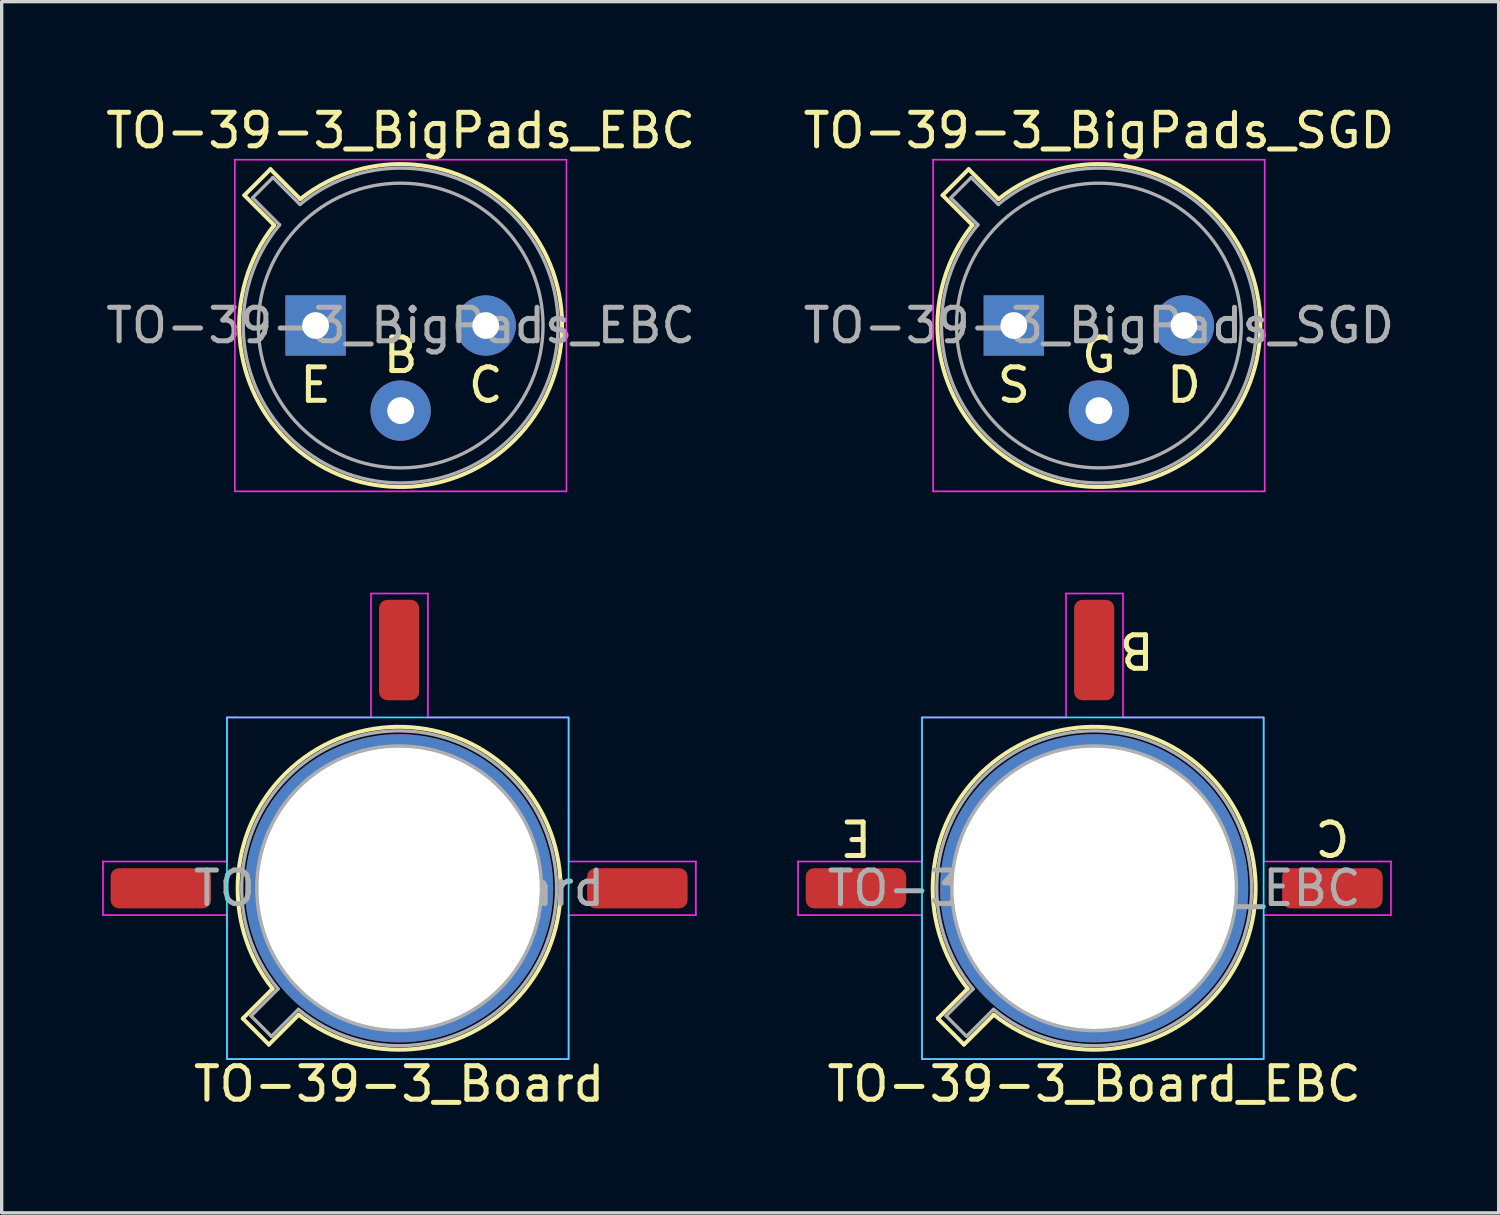
<source format=kicad_pcb>
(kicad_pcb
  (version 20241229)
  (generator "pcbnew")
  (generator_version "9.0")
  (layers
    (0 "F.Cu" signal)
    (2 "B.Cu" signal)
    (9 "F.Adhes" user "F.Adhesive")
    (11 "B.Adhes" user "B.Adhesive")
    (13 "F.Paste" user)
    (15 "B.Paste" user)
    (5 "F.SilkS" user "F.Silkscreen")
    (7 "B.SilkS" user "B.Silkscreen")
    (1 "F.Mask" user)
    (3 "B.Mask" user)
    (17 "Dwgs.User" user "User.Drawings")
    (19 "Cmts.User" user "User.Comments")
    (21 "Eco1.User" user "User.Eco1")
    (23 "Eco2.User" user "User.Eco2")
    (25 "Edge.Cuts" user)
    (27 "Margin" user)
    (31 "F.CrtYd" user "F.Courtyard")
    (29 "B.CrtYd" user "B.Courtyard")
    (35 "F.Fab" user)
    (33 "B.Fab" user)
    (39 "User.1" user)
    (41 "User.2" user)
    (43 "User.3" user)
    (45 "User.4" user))
  (footprint "TO-39-3_BigPads_EBC"
    (layer "F.Cu")
    (at 6.371 6.668)
    (property "Reference" "TO-39-3_BigPads_EBC" (at 2.54 -5.82 0) (layer "F.SilkS") (effects (font (size 1 1) (thickness 0.15))))
    (attr through_hole)
    (fp_line (start -2.126 -3.888) (end -1.235 -2.997) (stroke (width 0.12) (type solid)) (layer "F.SilkS"))
    (fp_line (start -1.348 -4.666) (end -2.126 -3.888) (stroke (width 0.12) (type solid)) (layer "F.SilkS"))
    (fp_line (start -0.457 -3.775) (end -1.348 -4.666) (stroke (width 0.12) (type solid)) (layer "F.SilkS"))
    (fp_arc (start -0.457084 -3.774902) (mid 5.948125 3.408384) (end -1.234674 -2.997371) (stroke (width 0.12) (type solid)) (layer "F.SilkS"))
    (fp_line (start -2.41 -4.95) (end -2.41 4.95) (stroke (width 0.05) (type solid)) (layer "F.CrtYd"))
    (fp_line (start -2.41 4.95) (end 7.49 4.95) (stroke (width 0.05) (type solid)) (layer "F.CrtYd"))
    (fp_line (start 7.49 -4.95) (end -2.41 -4.95) (stroke (width 0.05) (type solid)) (layer "F.CrtYd"))
    (fp_line (start 7.49 4.95) (end 7.49 -4.95) (stroke (width 0.05) (type solid)) (layer "F.CrtYd"))
    (fp_line (start -1.88 -3.812) (end -1.074 -3.005) (stroke (width 0.1) (type solid)) (layer "F.Fab"))
    (fp_line (start -1.272 -4.42) (end -1.88 -3.812) (stroke (width 0.1) (type solid)) (layer "F.Fab"))
    (fp_line (start -0.465 -3.614) (end -1.272 -4.42) (stroke (width 0.1) (type solid)) (layer "F.Fab"))
    (fp_arc (start -0.465408 -3.61352) (mid 5.863443 3.323361) (end -1.073594 -3.005319) (stroke (width 0.1) (type solid)) (layer "F.Fab"))
    (fp_circle (center 2.54 0) (end 6.79 0) (stroke (width 0.1) (type solid)) (fill no) (layer "F.Fab"))
    (fp_text user "B" (at 2.54 0.889 0) (unlocked yes) (layer "F.SilkS") (effects (font (size 1 1) (thickness 0.15))))
    (fp_text user "C" (at 5.08 1.778 0) (unlocked yes) (layer "F.SilkS") (effects (font (size 1 1) (thickness 0.15))))
    (fp_text user "E" (at 0 1.778 0) (unlocked yes) (layer "F.SilkS") (effects (font (size 1 1) (thickness 0.15))))
    (fp_text user "${REFERENCE}" (at 2.54 0 0) (layer "F.Fab") (effects (font (size 1 1) (thickness 0.15))))
    (pad "1" thru_hole rect (at 0 0) (size 1.8 1.8) (drill 0.8) (layers "*.Cu" "*.Mask"))
    (pad "2" thru_hole oval (at 2.54 2.54) (size 1.8 1.8) (drill 0.8) (layers "*.Cu" "*.Mask"))
    (pad "3" thru_hole oval (at 5.08 0) (size 1.8 1.8) (drill 0.8) (layers "*.Cu" "*.Mask")))
  (footprint "TO-39-3_Board"
    (layer "F.Cu")
    (at 8.865 23.468)
    (property "Reference" "TO-39-3_Board" (at 0 5.842 0) (layer "F.SilkS") (effects (font (size 1 1) (thickness 0.15))))
    (attr through_hole)
    (fp_line (start -4.666 3.888) (end -3.775 2.997) (stroke (width 0.12) (type solid)) (layer "F.SilkS"))
    (fp_line (start -3.888 4.666) (end -4.666 3.888) (stroke (width 0.12) (type solid)) (layer "F.SilkS"))
    (fp_line (start -2.997 3.775) (end -3.888 4.666) (stroke (width 0.12) (type solid)) (layer "F.SilkS"))
    (fp_arc (start -3.774674 2.997371) (mid 3.408125 -3.408384) (end -2.997084 3.774902) (stroke (width 0.12) (type solid)) (layer "F.SilkS"))
    (fp_rect (start -5.14 -5.1) (end 5.06 5.1) (stroke (width 0.05) (type solid)) (fill no) (layer "B.CrtYd"))
    (fp_line (start -8.84 -0.8) (end -8.84 -0.6) (stroke (width 0.05) (type solid)) (layer "F.CrtYd"))
    (fp_line (start -8.84 -0.6) (end -8.84 0.8) (stroke (width 0.05) (type solid)) (layer "F.CrtYd"))
    (fp_line (start -8.84 0.8) (end -5.14 0.8) (stroke (width 0.05) (type solid)) (layer "F.CrtYd"))
    (fp_line (start -5.14 -5.1) (end -5.14 -0.8) (stroke (width 0.05) (type solid)) (layer "F.CrtYd"))
    (fp_line (start -5.14 -0.8) (end -8.84 -0.8) (stroke (width 0.05) (type solid)) (layer "F.CrtYd"))
    (fp_line (start -5.14 0.8) (end -5.14 5.1) (stroke (width 0.05) (type solid)) (layer "F.CrtYd"))
    (fp_line (start -5.14 5.1) (end 5.06 5.1) (stroke (width 0.05) (type solid)) (layer "F.CrtYd"))
    (fp_line (start -0.84 -8.8) (end -0.84 -5.1) (stroke (width 0.05) (type solid)) (layer "F.CrtYd"))
    (fp_line (start -0.84 -5.1) (end -5.14 -5.1) (stroke (width 0.05) (type solid)) (layer "F.CrtYd"))
    (fp_line (start 0.86 -8.8) (end -0.84 -8.8) (stroke (width 0.05) (type solid)) (layer "F.CrtYd"))
    (fp_line (start 0.86 -5.1) (end 0.86 -8.8) (stroke (width 0.05) (type solid)) (layer "F.CrtYd"))
    (fp_line (start 5.06 -5.1) (end 0.86 -5.1) (stroke (width 0.05) (type solid)) (layer "F.CrtYd"))
    (fp_line (start 5.06 -0.8) (end 5.06 -5.1) (stroke (width 0.05) (type solid)) (layer "F.CrtYd"))
    (fp_line (start 5.06 0.8) (end 8.86 0.8) (stroke (width 0.05) (type solid)) (layer "F.CrtYd"))
    (fp_line (start 5.06 5.1) (end 5.06 0.8) (stroke (width 0.05) (type solid)) (layer "F.CrtYd"))
    (fp_line (start 8.86 -0.8) (end 5.06 -0.8) (stroke (width 0.05) (type solid)) (layer "F.CrtYd"))
    (fp_line (start 8.86 0.8) (end 8.86 -0.8) (stroke (width 0.05) (type solid)) (layer "F.CrtYd"))
    (fp_line (start -4.42 3.812) (end -3.614 3.005) (stroke (width 0.1) (type solid)) (layer "F.Fab"))
    (fp_line (start -3.812 4.42) (end -4.42 3.812) (stroke (width 0.1) (type solid)) (layer "F.Fab"))
    (fp_line (start -3.005 3.614) (end -3.812 4.42) (stroke (width 0.1) (type solid)) (layer "F.Fab"))
    (fp_arc (start -3.613594 3.005319) (mid 3.323443 -3.323361) (end -3.005408 3.61352) (stroke (width 0.1) (type solid)) (layer "F.Fab"))
    (fp_circle (center 0 0) (end 4.25 0) (stroke (width 0.1) (type solid)) (fill no) (layer "F.Fab"))
    (fp_text user "${REFERENCE}" (at 0 0 0) (layer "F.Fab") (effects (font (size 1 1) (thickness 0.15))))
    (pad "1" smd roundrect (at -7.112 0) (size 3 1.2) (layers "F.Cu" "F.Mask" "F.Paste") (roundrect_rratio 0.208))
    (pad "2" smd roundrect (at 0 -7.112) (size 1.2 3) (layers "F.Cu" "F.Mask" "F.Paste") (roundrect_rratio 0.208))
    (pad "3" thru_hole circle (at 0 0) (size 9.2 9.2) (drill 8.4) (layers "*.Cu" "*.Mask"))
    (pad "3" smd roundrect (at 7.112 0) (size 3 1.2) (layers "F.Cu" "F.Mask" "F.Paste") (roundrect_rratio 0.208)))
  (footprint "TO-39-3_BigPads_SGD"
    (layer "F.Cu")
    (at 27.216 6.668)
    (property "Reference" "TO-39-3_BigPads_SGD" (at 2.54 -5.82 0) (layer "F.SilkS") (effects (font (size 1 1) (thickness 0.15))))
    (attr through_hole)
    (fp_line (start -2.126 -3.888) (end -1.235 -2.997) (stroke (width 0.12) (type solid)) (layer "F.SilkS"))
    (fp_line (start -1.348 -4.666) (end -2.126 -3.888) (stroke (width 0.12) (type solid)) (layer "F.SilkS"))
    (fp_line (start -0.457 -3.775) (end -1.348 -4.666) (stroke (width 0.12) (type solid)) (layer "F.SilkS"))
    (fp_arc (start -0.457084 -3.774902) (mid 5.948125 3.408384) (end -1.234674 -2.997371) (stroke (width 0.12) (type solid)) (layer "F.SilkS"))
    (fp_line (start -2.41 -4.95) (end -2.41 4.95) (stroke (width 0.05) (type solid)) (layer "F.CrtYd"))
    (fp_line (start -2.41 4.95) (end 7.49 4.95) (stroke (width 0.05) (type solid)) (layer "F.CrtYd"))
    (fp_line (start 7.49 -4.95) (end -2.41 -4.95) (stroke (width 0.05) (type solid)) (layer "F.CrtYd"))
    (fp_line (start 7.49 4.95) (end 7.49 -4.95) (stroke (width 0.05) (type solid)) (layer "F.CrtYd"))
    (fp_line (start -1.88 -3.812) (end -1.074 -3.005) (stroke (width 0.1) (type solid)) (layer "F.Fab"))
    (fp_line (start -1.272 -4.42) (end -1.88 -3.812) (stroke (width 0.1) (type solid)) (layer "F.Fab"))
    (fp_line (start -0.465 -3.614) (end -1.272 -4.42) (stroke (width 0.1) (type solid)) (layer "F.Fab"))
    (fp_arc (start -0.465408 -3.61352) (mid 5.863443 3.323361) (end -1.073594 -3.005319) (stroke (width 0.1) (type solid)) (layer "F.Fab"))
    (fp_circle (center 2.54 0) (end 6.79 0) (stroke (width 0.1) (type solid)) (fill no) (layer "F.Fab"))
    (fp_text user "D" (at 5.08 1.778 0) (unlocked yes) (layer "F.SilkS") (effects (font (size 1 1) (thickness 0.15))))
    (fp_text user "G" (at 2.54 0.889 0) (unlocked yes) (layer "F.SilkS") (effects (font (size 1 1) (thickness 0.15))))
    (fp_text user "S" (at 0 1.778 0) (unlocked yes) (layer "F.SilkS") (effects (font (size 1 1) (thickness 0.15))))
    (fp_text user "${REFERENCE}" (at 2.54 0 0) (layer "F.Fab") (effects (font (size 1 1) (thickness 0.15))))
    (pad "1" thru_hole rect (at 0 0) (size 1.8 1.8) (drill 0.8) (layers "*.Cu" "*.Mask"))
    (pad "2" thru_hole oval (at 2.54 2.54) (size 1.8 1.8) (drill 0.8) (layers "*.Cu" "*.Mask"))
    (pad "3" thru_hole oval (at 5.08 0) (size 1.8 1.8) (drill 0.8) (layers "*.Cu" "*.Mask")))
  (footprint "TO-39-3_Board_EBC"
    (layer "F.Cu")
    (at 29.615 23.468)
    (property "Reference" "TO-39-3_Board_EBC" (at 0 5.842 0) (layer "F.SilkS") (effects (font (size 1 1) (thickness 0.15))))
    (fp_line (start -4.666 3.888) (end -3.775 2.997) (stroke (width 0.12) (type solid)) (layer "F.SilkS"))
    (fp_line (start -3.888 4.666) (end -4.666 3.888) (stroke (width 0.12) (type solid)) (layer "F.SilkS"))
    (fp_line (start -2.997 3.775) (end -3.888 4.666) (stroke (width 0.12) (type solid)) (layer "F.SilkS"))
    (fp_arc (start -3.774674 2.997371) (mid 3.408125 -3.408384) (end -2.997084 3.774902) (stroke (width 0.12) (type solid)) (layer "F.SilkS"))
    (fp_rect (start -5.14 -5.1) (end 5.06 5.1) (stroke (width 0.05) (type solid)) (fill no) (layer "B.CrtYd"))
    (fp_line (start -8.84 -0.8) (end -8.84 -0.6) (stroke (width 0.05) (type solid)) (layer "F.CrtYd"))
    (fp_line (start -8.84 -0.6) (end -8.84 0.8) (stroke (width 0.05) (type solid)) (layer "F.CrtYd"))
    (fp_line (start -8.84 0.8) (end -5.14 0.8) (stroke (width 0.05) (type solid)) (layer "F.CrtYd"))
    (fp_line (start -5.14 -5.1) (end -5.14 -0.8) (stroke (width 0.05) (type solid)) (layer "F.CrtYd"))
    (fp_line (start -5.14 -0.8) (end -8.84 -0.8) (stroke (width 0.05) (type solid)) (layer "F.CrtYd"))
    (fp_line (start -5.14 0.8) (end -5.14 5.1) (stroke (width 0.05) (type solid)) (layer "F.CrtYd"))
    (fp_line (start -5.14 5.1) (end 5.06 5.1) (stroke (width 0.05) (type solid)) (layer "F.CrtYd"))
    (fp_line (start -0.84 -8.8) (end -0.84 -5.1) (stroke (width 0.05) (type solid)) (layer "F.CrtYd"))
    (fp_line (start -0.84 -5.1) (end -5.14 -5.1) (stroke (width 0.05) (type solid)) (layer "F.CrtYd"))
    (fp_line (start 0.86 -8.8) (end -0.84 -8.8) (stroke (width 0.05) (type solid)) (layer "F.CrtYd"))
    (fp_line (start 0.86 -5.1) (end 0.86 -8.8) (stroke (width 0.05) (type solid)) (layer "F.CrtYd"))
    (fp_line (start 5.06 -5.1) (end 0.86 -5.1) (stroke (width 0.05) (type solid)) (layer "F.CrtYd"))
    (fp_line (start 5.06 -0.8) (end 5.06 -5.1) (stroke (width 0.05) (type solid)) (layer "F.CrtYd"))
    (fp_line (start 5.06 0.8) (end 8.86 0.8) (stroke (width 0.05) (type solid)) (layer "F.CrtYd"))
    (fp_line (start 5.06 5.1) (end 5.06 0.8) (stroke (width 0.05) (type solid)) (layer "F.CrtYd"))
    (fp_line (start 8.86 -0.8) (end 5.06 -0.8) (stroke (width 0.05) (type solid)) (layer "F.CrtYd"))
    (fp_line (start 8.86 0.8) (end 8.86 -0.8) (stroke (width 0.05) (type solid)) (layer "F.CrtYd"))
    (fp_line (start -4.42 3.812) (end -3.614 3.005) (stroke (width 0.1) (type solid)) (layer "F.Fab"))
    (fp_line (start -3.812 4.42) (end -4.42 3.812) (stroke (width 0.1) (type solid)) (layer "F.Fab"))
    (fp_line (start -3.005 3.614) (end -3.812 4.42) (stroke (width 0.1) (type solid)) (layer "F.Fab"))
    (fp_arc (start -3.613594 3.005319) (mid 3.323443 -3.323361) (end -3.005408 3.61352) (stroke (width 0.1) (type solid)) (layer "F.Fab"))
    (fp_circle (center 0 0) (end 4.25 0) (stroke (width 0.1) (type solid)) (fill no) (layer "F.Fab"))
    (fp_text user "B" (at 1.27 -7.112 180) (unlocked yes) (layer "F.SilkS") (effects (font (size 1 1) (thickness 0.15))))
    (fp_text user "E" (at -7.112 -1.524 180) (unlocked yes) (layer "F.SilkS") (effects (font (size 1 1) (thickness 0.15))))
    (fp_text user "C" (at 7.112 -1.524 180) (unlocked yes) (layer "F.SilkS") (effects (font (size 1 1) (thickness 0.15))))
    (fp_text user "${REFERENCE}" (at 0 0 0) (layer "F.Fab") (effects (font (size 1 1) (thickness 0.15))))
    (pad "1" smd roundrect (at -7.112 0) (size 3 1.2) (layers "F.Cu" "F.Mask" "F.Paste") (roundrect_rratio 0.208))
    (pad "2" smd roundrect (at 0 -7.112) (size 1.2 3) (layers "F.Cu" "F.Mask" "F.Paste") (roundrect_rratio 0.208))
    (pad "3" thru_hole circle (at 0 0) (size 9.2 9.2) (drill 8.4) (layers "*.Cu" "*.Mask"))
    (pad "3" smd roundrect (at 7.112 0) (size 3 1.2) (layers "F.Cu" "F.Mask" "F.Paste") (roundrect_rratio 0.208)))
  (gr_rect
    (start -3 -3)
    (end 41.69 33.158)
    (stroke (width 0.1) (type default))
    (fill no)
    (layer "Edge.Cuts")))
</source>
